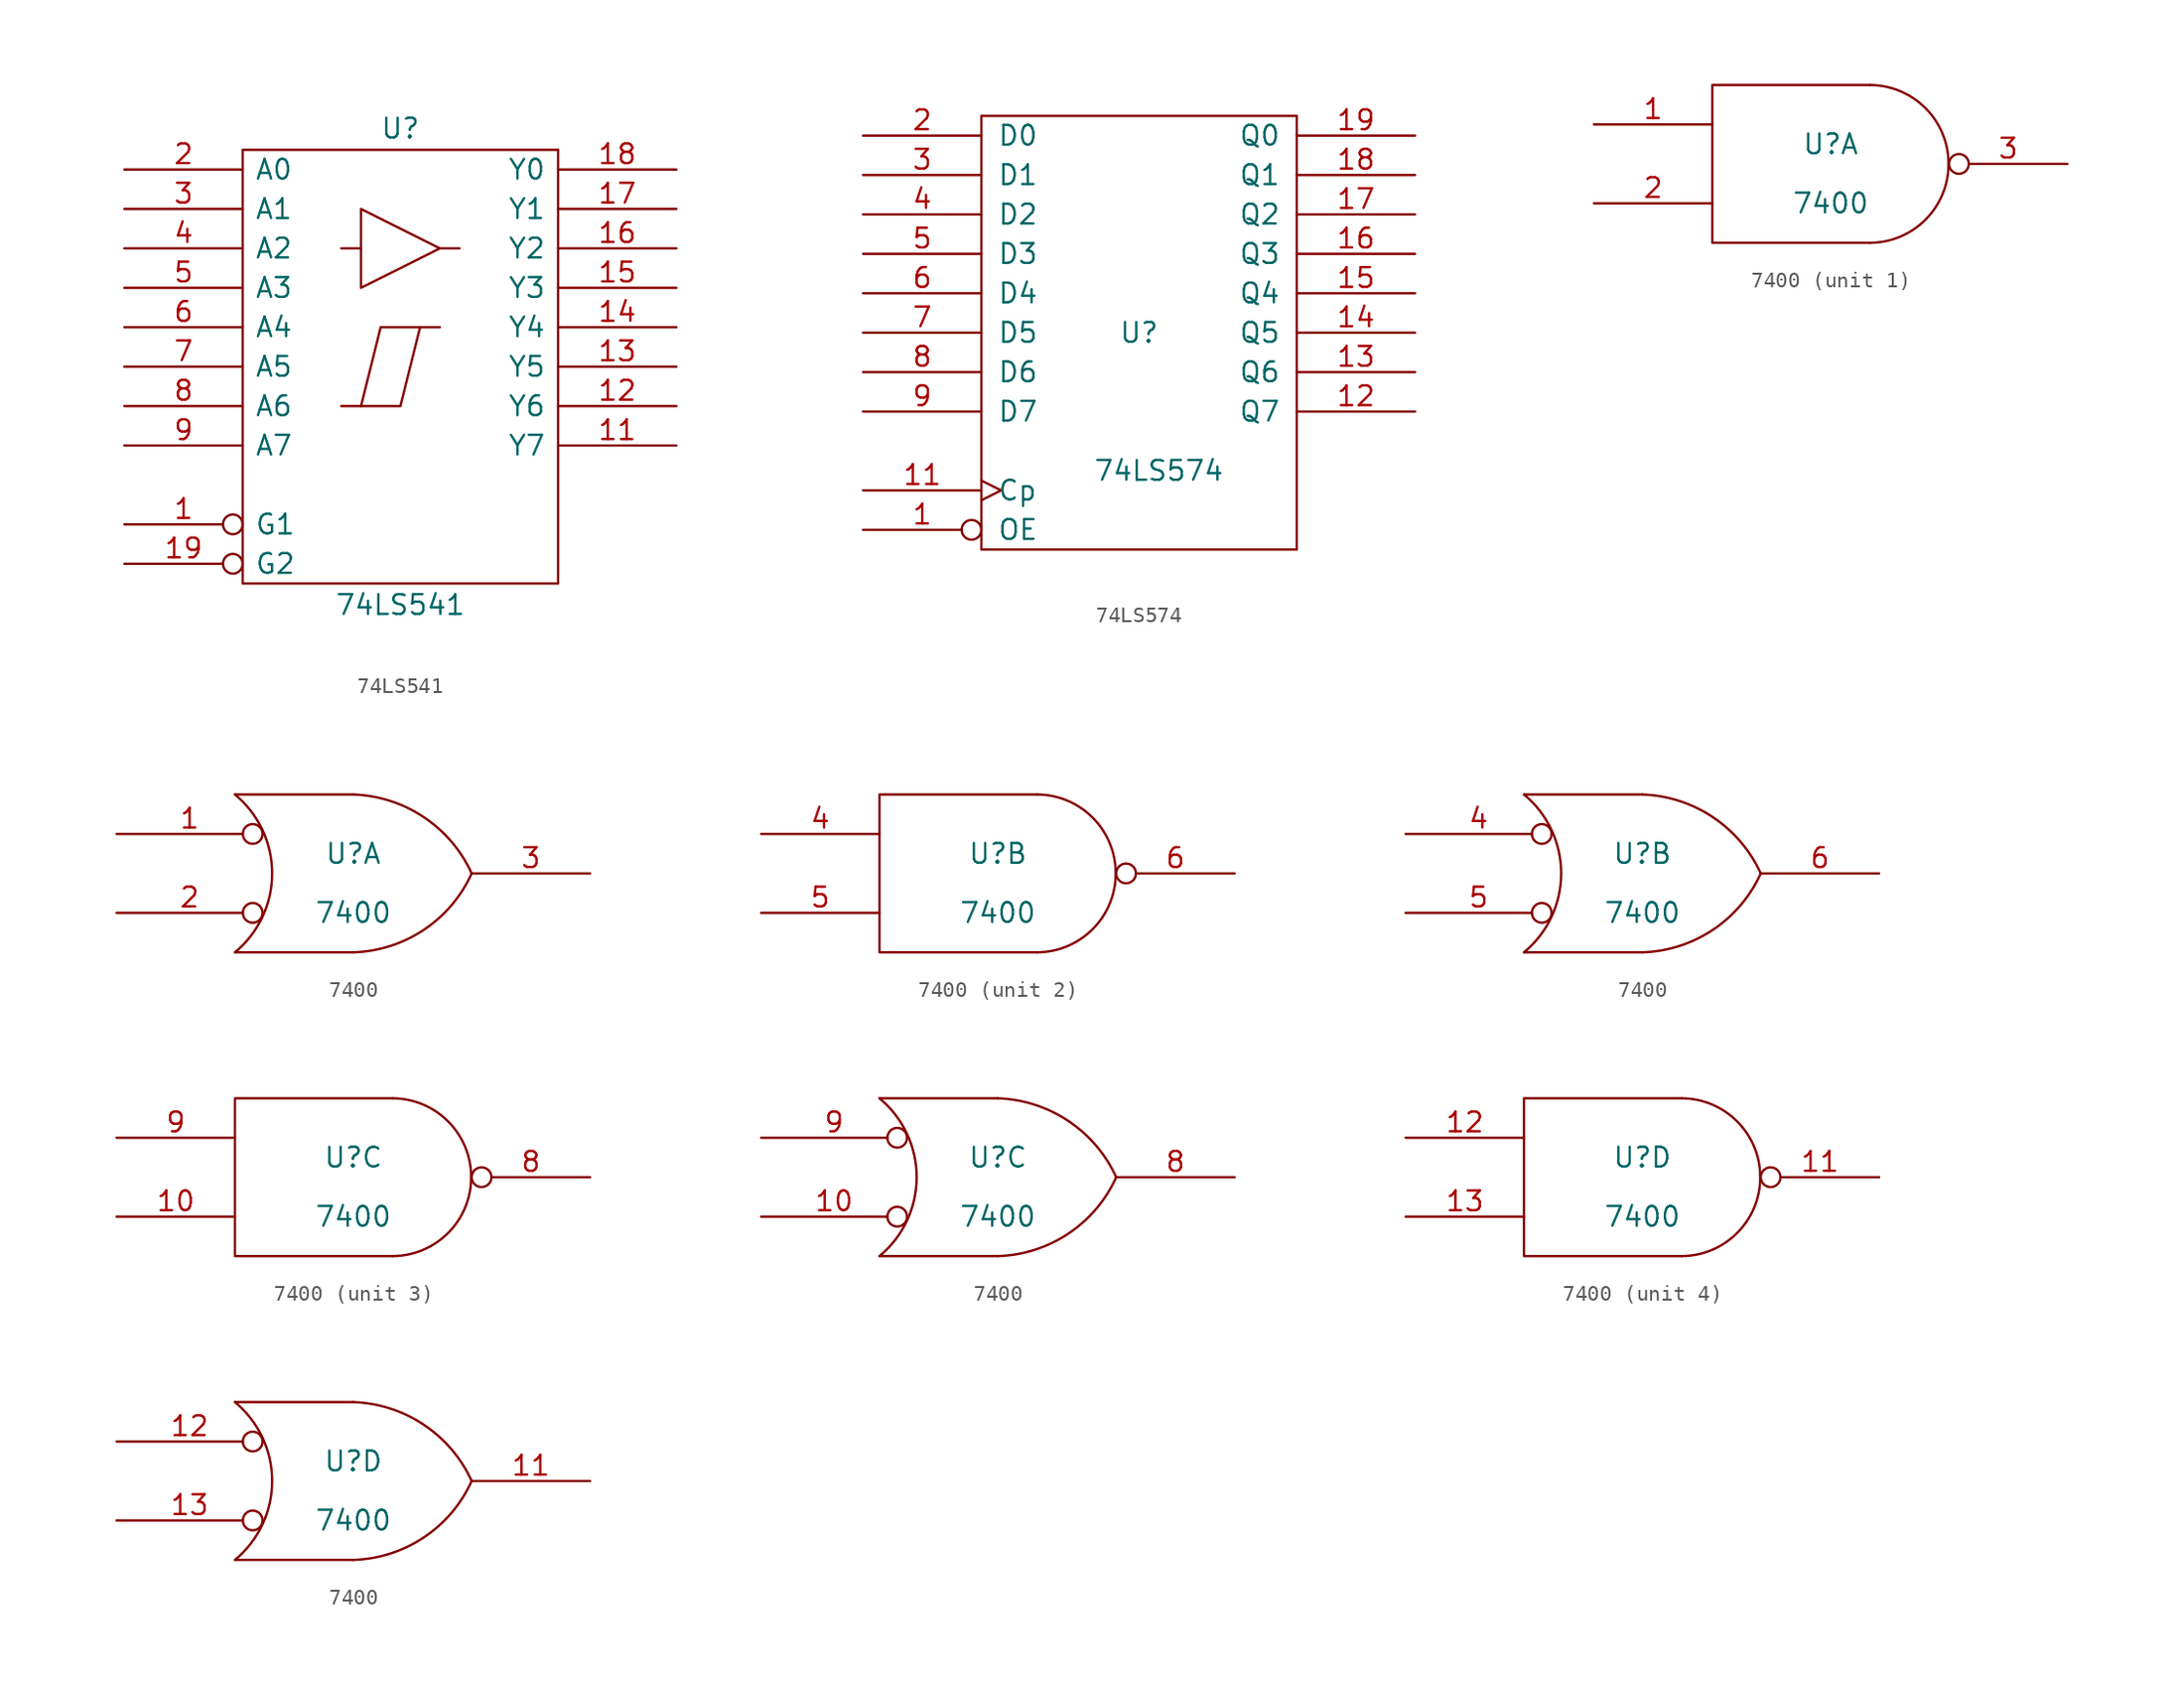
<source format=kicad_sym>
(kicad_symbol_lib
  (version 20220914)
  (generator kicad_symbol_editor)
  (symbol "74LS541"
    (pin_names
      (offset 0.762))
    (property "Reference" "U"
      (at 0 14.605 0)
      (effects (font (size 1.27 1.27)) (justify bottom)))
    (property "Value" "74LS541"
      (at 0 -14.605 0)
      (effects (font (size 1.27 1.27)) (justify top)))
    (property "Footprint" ""
      (at 0 0 0)
      (effects (font (size 1.27 1.27))))
    (property "Datasheet" ""
      (at 0 0 0)
      (effects (font (size 1.27 1.27))))
    (symbol "74LS541_0_0"
      (pin power_in line (at -5.08 -13.97 90) (length 0) hide (name "GND" (effects (font (size 1.27 1.27)))) (number "10" (effects (font (size 1.27 1.27)))))
      (pin power_in line (at -5.08 13.97 270) (length 0) hide (name "VCC" (effects (font (size 1.27 1.27)))) (number "20" (effects (font (size 1.27 1.27))))))
    (symbol "74LS541_0_1"
      (rectangle (start -10.16 13.97) (end 10.16 -13.97) (stroke (width 0) (type solid)) (fill (type none)))
      (polyline (pts (xy -2.54 7.62) (xy -3.81 7.62)) (stroke (width 0) (type solid)) (fill (type none)))
      (polyline (pts (xy 2.54 7.62) (xy 3.81 7.62)) (stroke (width 0) (type solid)) (fill (type none)))
      (polyline (pts (xy 1.27 2.54) (xy 0 -2.54) (xy -2.54 -2.54)) (stroke (width 0) (type solid)) (fill (type none)))
      (polyline (pts (xy -2.54 10.16) (xy -2.54 5.08) (xy 2.54 7.62) (xy -2.54 10.16)) (stroke (width 0) (type solid)) (fill (type none)))
      (polyline (pts (xy 2.54 2.54) (xy -1.27 2.54) (xy -2.54 -2.54) (xy -3.81 -2.54)) (stroke (width 0) (type solid)) (fill (type none))))
    (symbol "74LS541_1_1"
      (pin input inverted (at -17.78 -10.16 0) (length 7.62) (name "G1" (effects (font (size 1.27 1.27)))) (number "1" (effects (font (size 1.27 1.27)))))
      (pin tri_state line (at 17.78 -5.08 180) (length 7.62) (name "Y7" (effects (font (size 1.27 1.27)))) (number "11" (effects (font (size 1.27 1.27)))))
      (pin tri_state line (at 17.78 -2.54 180) (length 7.62) (name "Y6" (effects (font (size 1.27 1.27)))) (number "12" (effects (font (size 1.27 1.27)))))
      (pin tri_state line (at 17.78 0 180) (length 7.62) (name "Y5" (effects (font (size 1.27 1.27)))) (number "13" (effects (font (size 1.27 1.27)))))
      (pin tri_state line (at 17.78 2.54 180) (length 7.62) (name "Y4" (effects (font (size 1.27 1.27)))) (number "14" (effects (font (size 1.27 1.27)))))
      (pin tri_state line (at 17.78 5.08 180) (length 7.62) (name "Y3" (effects (font (size 1.27 1.27)))) (number "15" (effects (font (size 1.27 1.27)))))
      (pin tri_state line (at 17.78 7.62 180) (length 7.62) (name "Y2" (effects (font (size 1.27 1.27)))) (number "16" (effects (font (size 1.27 1.27)))))
      (pin tri_state line (at 17.78 10.16 180) (length 7.62) (name "Y1" (effects (font (size 1.27 1.27)))) (number "17" (effects (font (size 1.27 1.27)))))
      (pin tri_state line (at 17.78 12.7 180) (length 7.62) (name "Y0" (effects (font (size 1.27 1.27)))) (number "18" (effects (font (size 1.27 1.27)))))
      (pin input inverted (at -17.78 -12.7 0) (length 7.62) (name "G2" (effects (font (size 1.27 1.27)))) (number "19" (effects (font (size 1.27 1.27)))))
      (pin input line (at -17.78 12.7 0) (length 7.62) (name "A0" (effects (font (size 1.27 1.27)))) (number "2" (effects (font (size 1.27 1.27)))))
      (pin input line (at -17.78 10.16 0) (length 7.62) (name "A1" (effects (font (size 1.27 1.27)))) (number "3" (effects (font (size 1.27 1.27)))))
      (pin input line (at -17.78 7.62 0) (length 7.62) (name "A2" (effects (font (size 1.27 1.27)))) (number "4" (effects (font (size 1.27 1.27)))))
      (pin input line (at -17.78 5.08 0) (length 7.62) (name "A3" (effects (font (size 1.27 1.27)))) (number "5" (effects (font (size 1.27 1.27)))))
      (pin input line (at -17.78 2.54 0) (length 7.62) (name "A4" (effects (font (size 1.27 1.27)))) (number "6" (effects (font (size 1.27 1.27)))))
      (pin input line (at -17.78 0 0) (length 7.62) (name "A5" (effects (font (size 1.27 1.27)))) (number "7" (effects (font (size 1.27 1.27)))))
      (pin input line (at -17.78 -2.54 0) (length 7.62) (name "A6" (effects (font (size 1.27 1.27)))) (number "8" (effects (font (size 1.27 1.27)))))
      (pin input line (at -17.78 -5.08 0) (length 7.62) (name "A7" (effects (font (size 1.27 1.27)))) (number "9" (effects (font (size 1.27 1.27)))))))
  (symbol "74LS574"
    (pin_names
      (offset 1.016))
    (property "Reference" "U"
      (at 0 0 0)
      (effects (font (size 1.27 1.27))))
    (property "Value" "74LS574"
      (at 1.27 -8.89 0)
      (effects (font (size 1.27 1.27))))
    (property "Footprint" ""
      (at 0 0 0)
      (effects (font (size 1.27 1.27))))
    (property "Datasheet" ""
      (at 0 0 0)
      (effects (font (size 1.27 1.27))))
    (symbol "74LS574_0_0"
      (pin power_in line (at 0 -13.97 90) (length 0) hide (name "GND" (effects (font (size 1.27 1.27)))) (number "10" (effects (font (size 1.27 1.27)))))
      (pin power_in line (at 0 13.97 270) (length 0) hide (name "VCC" (effects (font (size 1.27 1.27)))) (number "20" (effects (font (size 1.27 1.27))))))
    (symbol "74LS574_0_1"
      (rectangle (start -10.16 13.97) (end 10.16 -13.97) (stroke (width 0) (type solid)) (fill (type none))))
    (symbol "74LS574_1_1"
      (pin input inverted (at -17.78 -12.7 0) (length 7.62) (name "OE" (effects (font (size 1.27 1.27)))) (number "1" (effects (font (size 1.27 1.27)))))
      (pin input clock (at -17.78 -10.16 0) (length 7.62) (name "Cp" (effects (font (size 1.27 1.27)))) (number "11" (effects (font (size 1.27 1.27)))))
      (pin tri_state line (at 17.78 -5.08 180) (length 7.62) (name "Q7" (effects (font (size 1.27 1.27)))) (number "12" (effects (font (size 1.27 1.27)))))
      (pin tri_state line (at 17.78 -2.54 180) (length 7.62) (name "Q6" (effects (font (size 1.27 1.27)))) (number "13" (effects (font (size 1.27 1.27)))))
      (pin tri_state line (at 17.78 0 180) (length 7.62) (name "Q5" (effects (font (size 1.27 1.27)))) (number "14" (effects (font (size 1.27 1.27)))))
      (pin tri_state line (at 17.78 2.54 180) (length 7.62) (name "Q4" (effects (font (size 1.27 1.27)))) (number "15" (effects (font (size 1.27 1.27)))))
      (pin tri_state line (at 17.78 5.08 180) (length 7.62) (name "Q3" (effects (font (size 1.27 1.27)))) (number "16" (effects (font (size 1.27 1.27)))))
      (pin tri_state line (at 17.78 7.62 180) (length 7.62) (name "Q2" (effects (font (size 1.27 1.27)))) (number "17" (effects (font (size 1.27 1.27)))))
      (pin tri_state line (at 17.78 10.16 180) (length 7.62) (name "Q1" (effects (font (size 1.27 1.27)))) (number "18" (effects (font (size 1.27 1.27)))))
      (pin tri_state line (at 17.78 12.7 180) (length 7.62) (name "Q0" (effects (font (size 1.27 1.27)))) (number "19" (effects (font (size 1.27 1.27)))))
      (pin input line (at -17.78 12.7 0) (length 7.62) (name "D0" (effects (font (size 1.27 1.27)))) (number "2" (effects (font (size 1.27 1.27)))))
      (pin input line (at -17.78 10.16 0) (length 7.62) (name "D1" (effects (font (size 1.27 1.27)))) (number "3" (effects (font (size 1.27 1.27)))))
      (pin input line (at -17.78 7.62 0) (length 7.62) (name "D2" (effects (font (size 1.27 1.27)))) (number "4" (effects (font (size 1.27 1.27)))))
      (pin input line (at -17.78 5.08 0) (length 7.62) (name "D3" (effects (font (size 1.27 1.27)))) (number "5" (effects (font (size 1.27 1.27)))))
      (pin input line (at -17.78 2.54 0) (length 7.62) (name "D4" (effects (font (size 1.27 1.27)))) (number "6" (effects (font (size 1.27 1.27)))))
      (pin input line (at -17.78 0 0) (length 7.62) (name "D5" (effects (font (size 1.27 1.27)))) (number "7" (effects (font (size 1.27 1.27)))))
      (pin input line (at -17.78 -2.54 0) (length 7.62) (name "D6" (effects (font (size 1.27 1.27)))) (number "8" (effects (font (size 1.27 1.27)))))
      (pin input line (at -17.78 -5.08 0) (length 7.62) (name "D7" (effects (font (size 1.27 1.27)))) (number "9" (effects (font (size 1.27 1.27)))))))
  (symbol "7400"
    (pin_names
      (offset 0.762))
    (property "Reference" "U"
      (at 0 1.27 0)
      (effects (font (size 1.27 1.27))))
    (property "Value" "7400"
      (at 0 -2.54 0)
      (effects (font (size 1.27 1.27))))
    (property "Footprint" ""
      (at 0 0 0)
      (effects (font (size 1.27 1.27))))
    (property "Datasheet" ""
      (at 0 0 0)
      (effects (font (size 1.27 1.27))))
    (symbol "7400_0_0"
      (pin power_in line (at -5.08 5.08 270) (length 0) hide (name "VCC" (effects (font (size 1.016 1.016)))) (number "14" (effects (font (size 1.016 1.016)))))
      (pin power_in line (at -5.08 -5.08 90) (length 0) hide (name "GND" (effects (font (size 1.016 1.016)))) (number "7" (effects (font (size 1.016 1.016))))))
    (symbol "7400_0_1"
      (polyline (pts (xy 2.54 5.08) (xy -7.62 5.08) (xy -7.62 -5.08) (xy 2.54 -5.08)) (stroke (width 0) (type solid)) (fill (type none)))
      (arc (start 2.54 -5.08) (mid 7.5947 0) (end 2.54 5.08) (stroke (width 0) (type solid)) (fill (type none))))
    (symbol "7400_0_2"
      (arc (start -7.62 -5.08) (mid -5.2253 0) (end -7.62 5.08) (stroke (width 0) (type solid)) (fill (type none)))
      (arc (start 0 -5.08) (mid 4.5408 -3.6305) (end 7.62 0) (stroke (width 0) (type solid)) (fill (type none)))
      (polyline (pts (xy -7.62 -5.08) (xy 0 -5.08)) (stroke (width 0) (type solid)) (fill (type none)))
      (polyline (pts (xy -7.62 5.08) (xy 0 5.08)) (stroke (width 0) (type solid)) (fill (type none)))
      (arc (start 7.62 0) (mid 4.5343 3.6226) (end 0 5.08) (stroke (width 0) (type solid)) (fill (type none))))
    (symbol "7400_1_1"
      (pin input line (at -15.24 2.54 0) (length 7.62) (name "~" (effects (font (size 1.27 1.27)))) (number "1" (effects (font (size 1.27 1.27)))))
      (pin input line (at -15.24 -2.54 0) (length 7.62) (name "~" (effects (font (size 1.27 1.27)))) (number "2" (effects (font (size 1.27 1.27)))))
      (pin output inverted (at 15.24 0 180) (length 7.62) (name "~" (effects (font (size 1.27 1.27)))) (number "3" (effects (font (size 1.27 1.27))))))
    (symbol "7400_1_2"
      (pin input inverted (at -15.24 2.54 0) (length 9.398) (name "~" (effects (font (size 1.27 1.27)))) (number "1" (effects (font (size 1.27 1.27)))))
      (pin input inverted (at -15.24 -2.54 0) (length 9.398) (name "~" (effects (font (size 1.27 1.27)))) (number "2" (effects (font (size 1.27 1.27)))))
      (pin output line (at 15.24 0 180) (length 7.62) (name "~" (effects (font (size 1.27 1.27)))) (number "3" (effects (font (size 1.27 1.27))))))
    (symbol "7400_2_1"
      (pin input line (at -15.24 2.54 0) (length 7.62) (name "~" (effects (font (size 1.27 1.27)))) (number "4" (effects (font (size 1.27 1.27)))))
      (pin input line (at -15.24 -2.54 0) (length 7.62) (name "~" (effects (font (size 1.27 1.27)))) (number "5" (effects (font (size 1.27 1.27)))))
      (pin output inverted (at 15.24 0 180) (length 7.62) (name "~" (effects (font (size 1.27 1.27)))) (number "6" (effects (font (size 1.27 1.27))))))
    (symbol "7400_2_2"
      (pin input inverted (at -15.24 2.54 0) (length 9.398) (name "~" (effects (font (size 1.27 1.27)))) (number "4" (effects (font (size 1.27 1.27)))))
      (pin input inverted (at -15.24 -2.54 0) (length 9.398) (name "~" (effects (font (size 1.27 1.27)))) (number "5" (effects (font (size 1.27 1.27)))))
      (pin output line (at 15.24 0 180) (length 7.62) (name "~" (effects (font (size 1.27 1.27)))) (number "6" (effects (font (size 1.27 1.27))))))
    (symbol "7400_3_1"
      (pin input line (at -15.24 -2.54 0) (length 7.62) (name "~" (effects (font (size 1.27 1.27)))) (number "10" (effects (font (size 1.27 1.27)))))
      (pin output inverted (at 15.24 0 180) (length 7.62) (name "~" (effects (font (size 1.27 1.27)))) (number "8" (effects (font (size 1.27 1.27)))))
      (pin input line (at -15.24 2.54 0) (length 7.62) (name "~" (effects (font (size 1.27 1.27)))) (number "9" (effects (font (size 1.27 1.27))))))
    (symbol "7400_3_2"
      (pin input inverted (at -15.24 -2.54 0) (length 9.398) (name "~" (effects (font (size 1.27 1.27)))) (number "10" (effects (font (size 1.27 1.27)))))
      (pin output line (at 15.24 0 180) (length 7.62) (name "~" (effects (font (size 1.27 1.27)))) (number "8" (effects (font (size 1.27 1.27)))))
      (pin input inverted (at -15.24 2.54 0) (length 9.398) (name "~" (effects (font (size 1.27 1.27)))) (number "9" (effects (font (size 1.27 1.27))))))
    (symbol "7400_4_1"
      (pin output inverted (at 15.24 0 180) (length 7.62) (name "~" (effects (font (size 1.27 1.27)))) (number "11" (effects (font (size 1.27 1.27)))))
      (pin input line (at -15.24 2.54 0) (length 7.62) (name "~" (effects (font (size 1.27 1.27)))) (number "12" (effects (font (size 1.27 1.27)))))
      (pin input line (at -15.24 -2.54 0) (length 7.62) (name "~" (effects (font (size 1.27 1.27)))) (number "13" (effects (font (size 1.27 1.27))))))
    (symbol "7400_4_2"
      (pin output line (at 15.24 0 180) (length 7.62) (name "~" (effects (font (size 1.27 1.27)))) (number "11" (effects (font (size 1.27 1.27)))))
      (pin input inverted (at -15.24 2.54 0) (length 9.398) (name "~" (effects (font (size 1.27 1.27)))) (number "12" (effects (font (size 1.27 1.27)))))
      (pin input inverted (at -15.24 -2.54 0) (length 9.398) (name "~" (effects (font (size 1.27 1.27)))) (number "13" (effects (font (size 1.27 1.27))))))))
</source>
